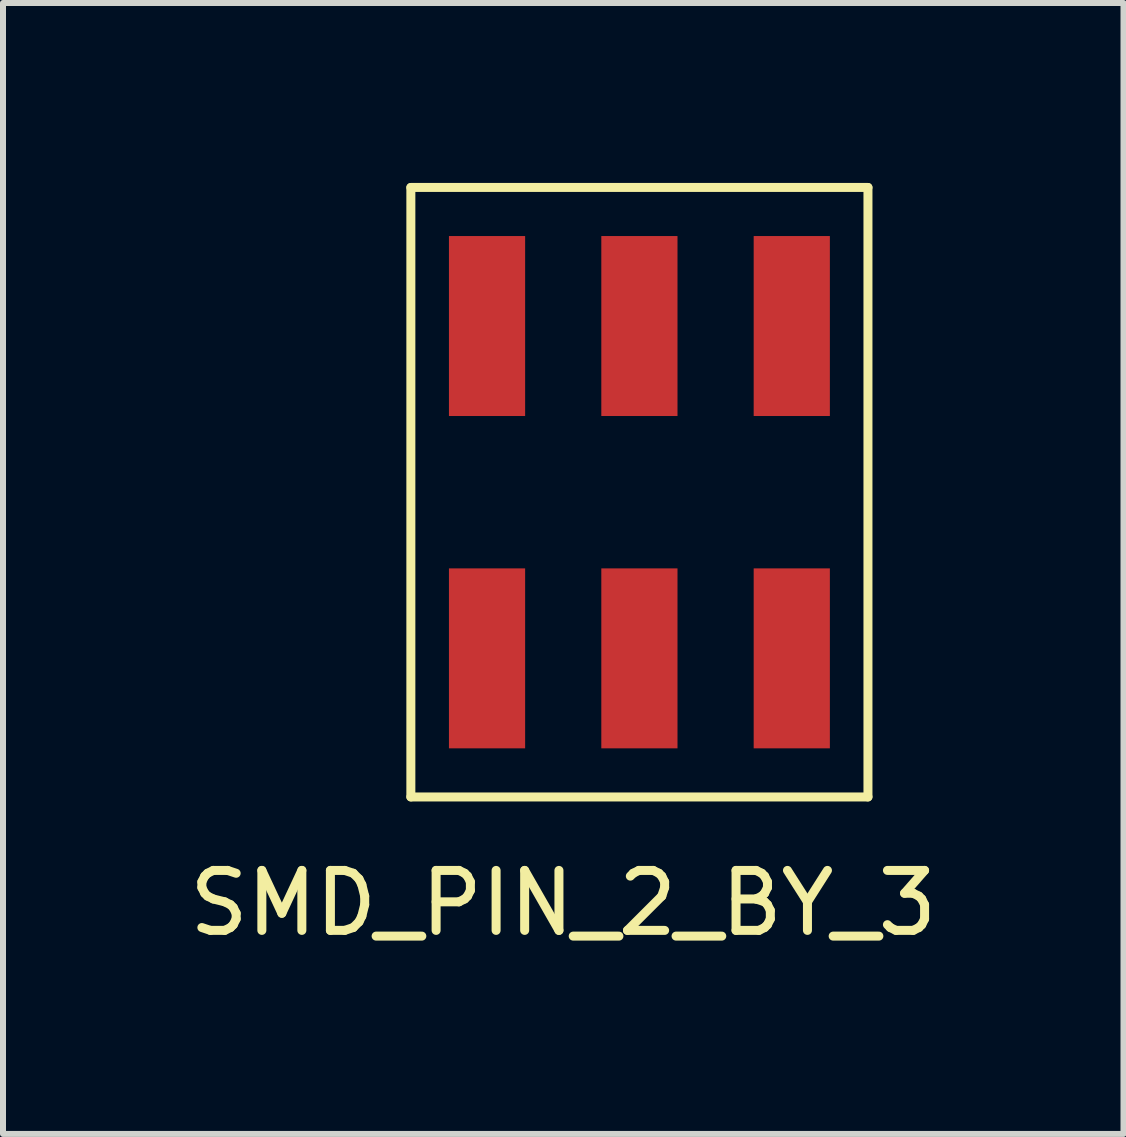
<source format=kicad_pcb>
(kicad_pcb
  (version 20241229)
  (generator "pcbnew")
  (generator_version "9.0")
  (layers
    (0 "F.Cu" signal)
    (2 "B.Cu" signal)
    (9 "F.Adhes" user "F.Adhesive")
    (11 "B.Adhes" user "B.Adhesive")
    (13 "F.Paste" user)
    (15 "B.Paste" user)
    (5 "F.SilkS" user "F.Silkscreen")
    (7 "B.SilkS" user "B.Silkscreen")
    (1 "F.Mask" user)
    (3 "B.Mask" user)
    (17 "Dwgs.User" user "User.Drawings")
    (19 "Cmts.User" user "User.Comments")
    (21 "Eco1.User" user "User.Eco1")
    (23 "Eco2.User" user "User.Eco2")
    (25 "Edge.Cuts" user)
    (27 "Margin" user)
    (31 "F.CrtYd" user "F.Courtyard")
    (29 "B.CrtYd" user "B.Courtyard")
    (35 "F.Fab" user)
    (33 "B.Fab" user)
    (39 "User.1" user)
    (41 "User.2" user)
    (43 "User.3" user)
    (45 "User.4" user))
  (footprint "SMD_PIN_2_BY_3"
    (layer "F.Cu")
    (at 5.069 3.885)
    (property "Reference" "SMD_PIN_2_BY_3" (at 1.27 8.12 0) (layer "F.SilkS") (effects (font (size 1 1) (thickness 0.15))))
    (attr through_hole)
    (fp_line (start -1.27 -3.81) (end 6.35 -3.81) (stroke (width 0.15) (type solid)) (layer "F.SilkS"))
    (fp_line (start -1.27 6.35) (end -1.27 -3.81) (stroke (width 0.15) (type solid)) (layer "F.SilkS"))
    (fp_line (start 6.35 -3.81) (end 6.35 6.35) (stroke (width 0.15) (type solid)) (layer "F.SilkS"))
    (fp_line (start 6.35 6.35) (end -1.27 6.35) (stroke (width 0.15) (type solid)) (layer "F.SilkS"))
    (pad "1" smd rect (at 0 4.04) (size 1.27 3) (layers "F.Cu" "F.Mask" "F.Paste"))
    (pad "2" smd rect (at 0 -1.5) (size 1.27 3) (layers "F.Cu" "F.Mask" "F.Paste"))
    (pad "3" smd rect (at 2.54 4.04) (size 1.27 3) (layers "F.Cu" "F.Mask" "F.Paste"))
    (pad "4" smd rect (at 2.54 -1.5) (size 1.27 3) (layers "F.Cu" "F.Mask" "F.Paste"))
    (pad "5" smd rect (at 5.08 4.04) (size 1.27 3) (layers "F.Cu" "F.Mask" "F.Paste"))
    (pad "6" smd rect (at 5.08 -1.5) (size 1.27 3) (layers "F.Cu" "F.Mask" "F.Paste")))
  (gr_rect
    (start -3 -3)
    (end 15.679 15.853)
    (stroke (width 0.1) (type default))
    (fill no)
    (layer "Edge.Cuts")))
</source>
